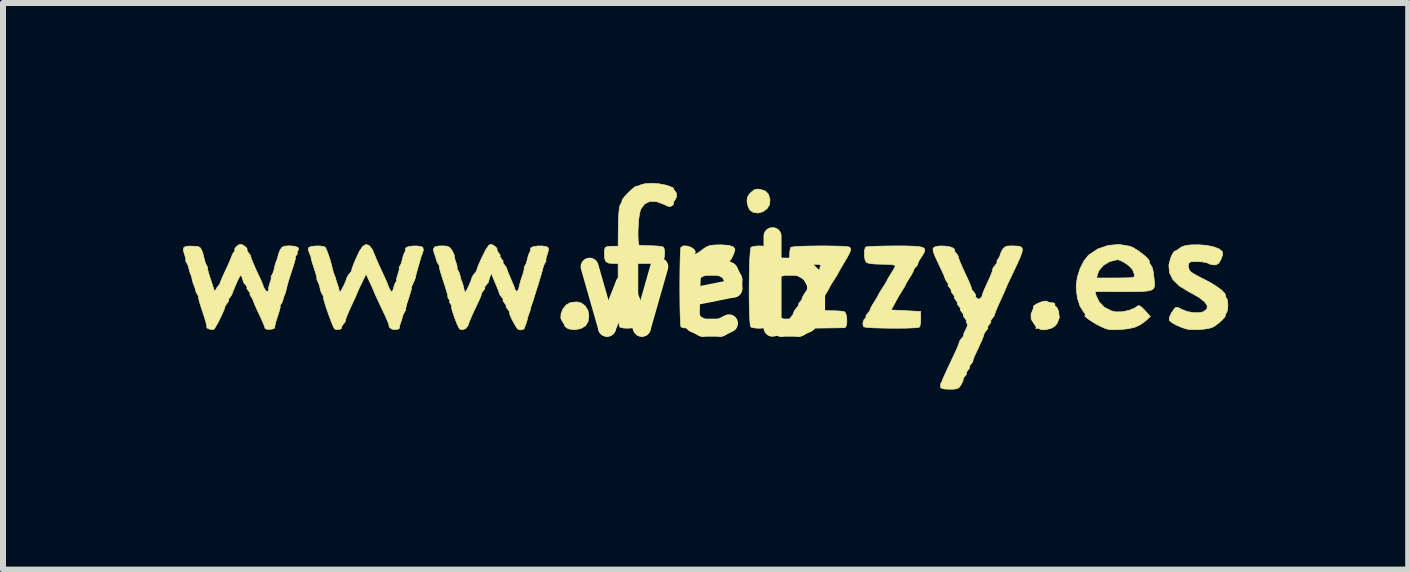
<source format=kicad_pcb>
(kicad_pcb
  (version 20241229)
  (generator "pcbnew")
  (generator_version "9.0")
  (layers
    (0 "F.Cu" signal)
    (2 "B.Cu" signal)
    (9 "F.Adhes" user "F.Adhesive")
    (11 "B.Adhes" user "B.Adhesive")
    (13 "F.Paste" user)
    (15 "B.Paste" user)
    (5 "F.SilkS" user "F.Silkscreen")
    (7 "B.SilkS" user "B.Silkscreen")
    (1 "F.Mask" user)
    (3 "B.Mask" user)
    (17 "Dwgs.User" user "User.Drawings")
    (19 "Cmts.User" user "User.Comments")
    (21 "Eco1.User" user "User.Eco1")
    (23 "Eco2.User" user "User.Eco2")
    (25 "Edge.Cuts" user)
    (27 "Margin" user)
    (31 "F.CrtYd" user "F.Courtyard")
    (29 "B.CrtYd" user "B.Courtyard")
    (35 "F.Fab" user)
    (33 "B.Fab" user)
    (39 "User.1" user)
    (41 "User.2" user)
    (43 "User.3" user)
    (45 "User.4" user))
  (footprint "web"
    (layer "F.Cu")
    (at 8.698 1.721)
    (property "Reference" "web" (at 0 0 0) (layer "F.SilkS") (effects (font (size 1.524 1.524) (thickness 0.3))))
    (attr through_hole)
    (fp_poly (pts (xy 0.923 -1.615) (xy 1.007 -1.587) (xy 1.057 -1.534) (xy 1.083 -1.444) (xy 1.083 -1.443) (xy 1.075 -1.36) (xy 1.031 -1.291) (xy 0.962 -1.242) (xy 0.882 -1.221) (xy 0.803 -1.233) (xy 0.747 -1.272) (xy 0.719 -1.326) (xy 0.701 -1.399) (xy 0.7 -1.405) (xy 0.703 -1.477) (xy 0.736 -1.535) (xy 0.763 -1.563) (xy 0.821 -1.609) (xy 0.876 -1.621) (xy 0.923 -1.615)) (stroke (width 0.01) (type solid)) (fill yes) (layer "F.SilkS"))
    (fp_poly (pts (xy -2.062 0.278) (xy -1.998 0.326) (xy -1.951 0.401) (xy -1.935 0.496) (xy -1.949 0.589) (xy -1.994 0.66) (xy -2.072 0.705) (xy -2.171 0.723) (xy -2.265 0.711) (xy -2.287 0.702) (xy -2.329 0.673) (xy -2.339 0.653) (xy -2.352 0.621) (xy -2.371 0.597) (xy -2.403 0.534) (xy -2.399 0.455) (xy -2.367 0.375) (xy -2.312 0.309) (xy -2.24 0.27) (xy -2.229 0.268) (xy -2.133 0.26) (xy -2.062 0.278)) (stroke (width 0.01) (type solid)) (fill yes) (layer "F.SilkS"))
    (fp_poly (pts (xy 0.962 -0.671) (xy 1.018 -0.66) (xy 1.036 -0.649) (xy 1.042 -0.615) (xy 1.047 -0.539) (xy 1.051 -0.43) (xy 1.053 -0.296) (xy 1.054 -0.145) (xy 1.054 0.014) (xy 1.053 0.173) (xy 1.05 0.324) (xy 1.047 0.458) (xy 1.042 0.568) (xy 1.037 0.645) (xy 1.03 0.68) (xy 1.029 0.681) (xy 0.982 0.694) (xy 0.91 0.699) (xy 0.834 0.695) (xy 0.777 0.684) (xy 0.762 0.676) (xy 0.753 0.642) (xy 0.746 0.567) (xy 0.741 0.458) (xy 0.737 0.324) (xy 0.735 0.173) (xy 0.735 0.014) (xy 0.737 -0.146) (xy 0.74 -0.297) (xy 0.744 -0.431) (xy 0.751 -0.541) (xy 0.758 -0.617) (xy 0.767 -0.651) (xy 0.768 -0.652) (xy 0.817 -0.667) (xy 0.888 -0.673) (xy 0.962 -0.671)) (stroke (width 0.01) (type solid)) (fill yes) (layer "F.SilkS"))
    (fp_poly (pts (xy 5.701 0.249) (xy 5.702 0.25) (xy 5.724 0.264) (xy 5.763 0.272) (xy 5.805 0.276) (xy 5.832 0.291) (xy 5.829 0.305) (xy 5.83 0.328) (xy 5.839 0.33) (xy 5.862 0.352) (xy 5.888 0.405) (xy 5.892 0.415) (xy 5.904 0.523) (xy 5.867 0.618) (xy 5.823 0.668) (xy 5.77 0.698) (xy 5.7 0.718) (xy 5.631 0.725) (xy 5.582 0.716) (xy 5.573 0.708) (xy 5.543 0.697) (xy 5.529 0.702) (xy 5.512 0.707) (xy 5.517 0.7) (xy 5.514 0.669) (xy 5.487 0.63) (xy 5.435 0.549) (xy 5.431 0.467) (xy 5.449 0.423) (xy 5.469 0.373) (xy 5.471 0.348) (xy 5.477 0.326) (xy 5.521 0.295) (xy 5.592 0.264) (xy 5.605 0.26) (xy 5.664 0.246) (xy 5.701 0.249)) (stroke (width 0.01) (type solid)) (fill yes) (layer "F.SilkS"))
    (fp_poly (pts (xy 0.393 -0.683) (xy 0.469 -0.659) (xy 0.498 -0.619) (xy 0.497 -0.602) (xy 0.476 -0.535) (xy 0.444 -0.469) (xy 0.413 -0.424) (xy 0.408 -0.42) (xy 0.39 -0.391) (xy 0.393 -0.381) (xy 0.388 -0.366) (xy 0.354 -0.369) (xy 0.318 -0.384) (xy 0.253 -0.397) (xy 0.165 -0.386) (xy 0.072 -0.357) (xy -0.009 -0.315) (xy -0.061 -0.267) (xy -0.066 -0.258) (xy -0.072 -0.22) (xy -0.078 -0.14) (xy -0.082 -0.028) (xy -0.086 0.108) (xy -0.087 0.22) (xy -0.089 0.365) (xy -0.093 0.491) (xy -0.098 0.591) (xy -0.103 0.655) (xy -0.109 0.676) (xy -0.147 0.69) (xy -0.214 0.697) (xy -0.291 0.697) (xy -0.359 0.691) (xy -0.398 0.678) (xy -0.401 0.675) (xy -0.407 0.641) (xy -0.411 0.565) (xy -0.415 0.456) (xy -0.418 0.321) (xy -0.419 0.17) (xy -0.42 0.01) (xy -0.419 -0.15) (xy -0.418 -0.301) (xy -0.415 -0.435) (xy -0.412 -0.544) (xy -0.407 -0.619) (xy -0.401 -0.651) (xy -0.36 -0.674) (xy -0.301 -0.672) (xy -0.238 -0.652) (xy -0.187 -0.62) (xy -0.162 -0.582) (xy -0.167 -0.555) (xy -0.172 -0.534) (xy -0.142 -0.543) (xy -0.084 -0.58) (xy -0.054 -0.603) (xy 0.006 -0.646) (xy 0.057 -0.672) (xy 0.114 -0.685) (xy 0.195 -0.69) (xy 0.273 -0.691) (xy 0.393 -0.683)) (stroke (width 0.01) (type solid)) (fill yes) (layer "F.SilkS"))
    (fp_poly (pts (xy 8.23 -0.692) (xy 8.361 -0.682) (xy 8.478 -0.657) (xy 8.568 -0.622) (xy 8.619 -0.58) (xy 8.625 -0.526) (xy 8.598 -0.449) (xy 8.56 -0.385) (xy 8.516 -0.359) (xy 8.486 -0.356) (xy 8.425 -0.364) (xy 8.392 -0.381) (xy 8.353 -0.396) (xy 8.279 -0.408) (xy 8.189 -0.413) (xy 8.099 -0.41) (xy 8.096 -0.41) (xy 8.062 -0.387) (xy 8.052 -0.337) (xy 8.066 -0.279) (xy 8.089 -0.246) (xy 8.128 -0.218) (xy 8.201 -0.176) (xy 8.292 -0.128) (xy 8.324 -0.113) (xy 8.436 -0.053) (xy 8.534 0.009) (xy 8.612 0.068) (xy 8.661 0.118) (xy 8.674 0.152) (xy 8.673 0.155) (xy 8.678 0.184) (xy 8.686 0.19) (xy 8.702 0.223) (xy 8.711 0.288) (xy 8.712 0.318) (xy 8.707 0.389) (xy 8.693 0.437) (xy 8.686 0.445) (xy 8.67 0.473) (xy 8.673 0.48) (xy 8.663 0.508) (xy 8.624 0.554) (xy 8.566 0.607) (xy 8.503 0.655) (xy 8.456 0.683) (xy 8.389 0.703) (xy 8.291 0.716) (xy 8.181 0.722) (xy 8.081 0.72) (xy 8.026 0.712) (xy 7.948 0.687) (xy 7.864 0.651) (xy 7.791 0.612) (xy 7.744 0.577) (xy 7.735 0.565) (xy 7.739 0.513) (xy 7.775 0.438) (xy 7.819 0.376) (xy 7.845 0.351) (xy 7.875 0.35) (xy 7.927 0.375) (xy 7.939 0.382) (xy 8.034 0.42) (xy 8.142 0.44) (xy 8.243 0.44) (xy 8.308 0.422) (xy 8.363 0.377) (xy 8.368 0.322) (xy 8.324 0.258) (xy 8.231 0.185) (xy 8.088 0.104) (xy 8.061 0.09) (xy 7.904 -0.006) (xy 7.797 -0.111) (xy 7.739 -0.227) (xy 7.729 -0.354) (xy 7.758 -0.47) (xy 7.788 -0.537) (xy 7.815 -0.578) (xy 7.825 -0.584) (xy 7.86 -0.599) (xy 7.898 -0.627) (xy 7.947 -0.66) (xy 8.009 -0.68) (xy 8.095 -0.69) (xy 8.218 -0.692) (xy 8.23 -0.692)) (stroke (width 0.01) (type solid)) (fill yes) (layer "F.SilkS"))
    (fp_poly (pts (xy 3.337 -0.673) (xy 3.475 -0.669) (xy 3.572 -0.661) (xy 3.632 -0.646) (xy 3.66 -0.622) (xy 3.661 -0.587) (xy 3.639 -0.54) (xy 3.607 -0.491) (xy 3.568 -0.429) (xy 3.547 -0.385) (xy 3.546 -0.374) (xy 3.539 -0.351) (xy 3.519 -0.331) (xy 3.486 -0.294) (xy 3.48 -0.276) (xy 3.467 -0.243) (xy 3.435 -0.184) (xy 3.411 -0.146) (xy 3.371 -0.082) (xy 3.345 -0.037) (xy 3.34 -0.025) (xy 3.327 0.002) (xy 3.294 0.056) (xy 3.274 0.089) (xy 3.231 0.158) (xy 3.199 0.214) (xy 3.191 0.229) (xy 3.165 0.279) (xy 3.137 0.33) (xy 3.1 0.394) (xy 3.593 0.419) (xy 3.595 0.541) (xy 3.591 0.616) (xy 3.579 0.669) (xy 3.57 0.681) (xy 3.534 0.688) (xy 3.458 0.693) (xy 3.353 0.697) (xy 3.228 0.698) (xy 3.095 0.698) (xy 2.962 0.696) (xy 2.841 0.693) (xy 2.74 0.688) (xy 2.671 0.681) (xy 2.643 0.673) (xy 2.629 0.621) (xy 2.644 0.562) (xy 2.672 0.53) (xy 2.689 0.512) (xy 2.682 0.508) (xy 2.68 0.492) (xy 2.707 0.455) (xy 2.708 0.455) (xy 2.742 0.411) (xy 2.753 0.385) (xy 2.764 0.355) (xy 2.795 0.3) (xy 2.816 0.267) (xy 2.855 0.204) (xy 2.879 0.162) (xy 2.883 0.152) (xy 2.897 0.126) (xy 2.93 0.071) (xy 2.959 0.025) (xy 3.001 -0.041) (xy 3.029 -0.088) (xy 3.035 -0.102) (xy 3.049 -0.129) (xy 3.081 -0.183) (xy 3.102 -0.216) (xy 3.142 -0.281) (xy 3.167 -0.33) (xy 3.171 -0.343) (xy 3.149 -0.355) (xy 3.084 -0.364) (xy 2.982 -0.368) (xy 2.95 -0.368) (xy 2.822 -0.372) (xy 2.732 -0.383) (xy 2.688 -0.4) (xy 2.666 -0.443) (xy 2.655 -0.514) (xy 2.656 -0.588) (xy 2.67 -0.644) (xy 2.677 -0.654) (xy 2.707 -0.66) (xy 2.78 -0.665) (xy 2.886 -0.669) (xy 3.018 -0.672) (xy 3.153 -0.673) (xy 3.337 -0.673)) (stroke (width 0.01) (type solid)) (fill yes) (layer "F.SilkS"))
    (fp_poly (pts (xy 7.078 -0.668) (xy 7.087 -0.666) (xy 7.147 -0.637) (xy 7.219 -0.592) (xy 7.291 -0.538) (xy 7.354 -0.485) (xy 7.395 -0.44) (xy 7.405 -0.412) (xy 7.404 -0.41) (xy 7.407 -0.384) (xy 7.422 -0.362) (xy 7.444 -0.33) (xy 7.459 -0.289) (xy 7.471 -0.225) (xy 7.483 -0.125) (xy 7.485 -0.107) (xy 7.491 -0.042) (xy 7.488 0.007) (xy 7.47 0.041) (xy 7.432 0.065) (xy 7.367 0.079) (xy 7.269 0.086) (xy 7.133 0.089) (xy 6.957 0.089) (xy 6.5 0.088) (xy 6.515 0.149) (xy 6.568 0.261) (xy 6.658 0.352) (xy 6.774 0.41) (xy 6.845 0.426) (xy 6.954 0.424) (xy 7.066 0.401) (xy 7.159 0.362) (xy 7.189 0.341) (xy 7.218 0.322) (xy 7.247 0.326) (xy 7.287 0.358) (xy 7.349 0.423) (xy 7.421 0.502) (xy 7.338 0.579) (xy 7.257 0.637) (xy 7.164 0.681) (xy 7.146 0.687) (xy 7.045 0.707) (xy 6.925 0.72) (xy 6.808 0.724) (xy 6.718 0.717) (xy 6.663 0.7) (xy 6.592 0.668) (xy 6.515 0.627) (xy 6.44 0.582) (xy 6.378 0.54) (xy 6.337 0.506) (xy 6.327 0.486) (xy 6.338 0.483) (xy 6.338 0.467) (xy 6.31 0.428) (xy 6.307 0.425) (xy 6.248 0.33) (xy 6.206 0.2) (xy 6.186 0.05) (xy 6.185 -0.017) (xy 6.202 -0.139) (xy 6.525 -0.139) (xy 6.844 -0.139) (xy 6.976 -0.14) (xy 7.065 -0.142) (xy 7.12 -0.147) (xy 7.147 -0.156) (xy 7.157 -0.172) (xy 7.156 -0.19) (xy 7.136 -0.251) (xy 7.111 -0.295) (xy 7.067 -0.34) (xy 7.001 -0.388) (xy 6.932 -0.426) (xy 6.879 -0.444) (xy 6.871 -0.444) (xy 6.744 -0.413) (xy 6.639 -0.35) (xy 6.565 -0.264) (xy 6.541 -0.203) (xy 6.525 -0.139) (xy 6.202 -0.139) (xy 6.204 -0.154) (xy 6.249 -0.295) (xy 6.313 -0.422) (xy 6.389 -0.518) (xy 6.397 -0.525) (xy 6.547 -0.624) (xy 6.719 -0.682) (xy 6.9 -0.698) (xy 7.078 -0.668)) (stroke (width 0.01) (type solid)) (fill yes) (layer "F.SilkS"))
    (fp_poly (pts (xy -0.773 -1.709) (xy -0.659 -1.688) (xy -0.597 -1.669) (xy -0.541 -1.645) (xy -0.518 -1.629) (xy -0.521 -1.627) (xy -0.527 -1.615) (xy -0.514 -1.604) (xy -0.479 -1.558) (xy -0.472 -1.497) (xy -0.495 -1.448) (xy -0.497 -1.447) (xy -0.521 -1.412) (xy -0.521 -1.397) (xy -0.527 -1.367) (xy -0.548 -1.345) (xy -0.581 -1.329) (xy -0.625 -1.337) (xy -0.689 -1.368) (xy -0.812 -1.413) (xy -0.919 -1.415) (xy -1.006 -1.373) (xy -1.068 -1.289) (xy -1.075 -1.273) (xy -1.091 -1.212) (xy -1.104 -1.123) (xy -1.112 -1.019) (xy -1.117 -0.911) (xy -1.116 -0.813) (xy -1.111 -0.735) (xy -1.101 -0.689) (xy -1.093 -0.683) (xy -1.056 -0.681) (xy -0.983 -0.678) (xy -0.895 -0.676) (xy -0.804 -0.672) (xy -0.732 -0.664) (xy -0.696 -0.655) (xy -0.678 -0.618) (xy -0.673 -0.553) (xy -0.68 -0.481) (xy -0.698 -0.424) (xy -0.714 -0.404) (xy -0.756 -0.393) (xy -0.832 -0.385) (xy -0.927 -0.381) (xy -0.933 -0.381) (xy -1.118 -0.381) (xy -1.118 0.138) (xy -1.118 0.327) (xy -1.121 0.47) (xy -1.126 0.572) (xy -1.134 0.637) (xy -1.144 0.671) (xy -1.149 0.677) (xy -1.2 0.692) (xy -1.274 0.698) (xy -1.35 0.696) (xy -1.408 0.684) (xy -1.422 0.676) (xy -1.431 0.642) (xy -1.438 0.562) (xy -1.444 0.443) (xy -1.447 0.289) (xy -1.448 0.135) (xy -1.448 -0.381) (xy -1.522 -0.381) (xy -1.608 -0.387) (xy -1.654 -0.414) (xy -1.674 -0.471) (xy -1.676 -0.536) (xy -1.675 -0.607) (xy -1.662 -0.646) (xy -1.627 -0.663) (xy -1.558 -0.668) (xy -1.518 -0.668) (xy -1.448 -0.669) (xy -1.446 -0.925) (xy -1.443 -1.087) (xy -1.438 -1.206) (xy -1.43 -1.289) (xy -1.419 -1.343) (xy -1.402 -1.377) (xy -1.399 -1.382) (xy -1.382 -1.416) (xy -1.385 -1.427) (xy -1.375 -1.45) (xy -1.337 -1.498) (xy -1.279 -1.559) (xy -1.218 -1.617) (xy -1.171 -1.656) (xy -1.15 -1.667) (xy -1.123 -1.669) (xy -1.074 -1.69) (xy -0.999 -1.71) (xy -0.893 -1.716) (xy -0.773 -1.709)) (stroke (width 0.01) (type solid)) (fill yes) (layer "F.SilkS"))
    (fp_poly (pts (xy 2.153 -0.671) (xy 2.265 -0.668) (xy 2.351 -0.663) (xy 2.399 -0.656) (xy 2.404 -0.653) (xy 2.423 -0.636) (xy 2.427 -0.609) (xy 2.413 -0.566) (xy 2.379 -0.499) (xy 2.322 -0.401) (xy 2.275 -0.322) (xy 2.242 -0.266) (xy 2.224 -0.232) (xy 2.223 -0.229) (xy 2.209 -0.202) (xy 2.175 -0.147) (xy 2.146 -0.102) (xy 2.104 -0.036) (xy 2.077 0.011) (xy 2.07 0.025) (xy 2.057 0.052) (xy 2.024 0.107) (xy 1.999 0.146) (xy 1.96 0.212) (xy 1.935 0.261) (xy 1.93 0.276) (xy 1.913 0.309) (xy 1.892 0.33) (xy 1.861 0.364) (xy 1.865 0.386) (xy 1.909 0.4) (xy 1.996 0.406) (xy 2.068 0.406) (xy 2.172 0.408) (xy 2.258 0.413) (xy 2.314 0.42) (xy 2.322 0.422) (xy 2.346 0.453) (xy 2.36 0.512) (xy 2.364 0.583) (xy 2.358 0.646) (xy 2.34 0.685) (xy 2.33 0.689) (xy 2.296 0.69) (xy 2.219 0.692) (xy 2.11 0.693) (xy 1.977 0.695) (xy 1.869 0.696) (xy 1.695 0.696) (xy 1.566 0.693) (xy 1.478 0.687) (xy 1.426 0.677) (xy 1.408 0.668) (xy 1.388 0.616) (xy 1.402 0.553) (xy 1.438 0.506) (xy 1.468 0.465) (xy 1.473 0.446) (xy 1.489 0.407) (xy 1.525 0.36) (xy 1.556 0.322) (xy 1.56 0.305) (xy 1.559 0.305) (xy 1.561 0.289) (xy 1.587 0.254) (xy 1.615 0.217) (xy 1.617 0.203) (xy 1.621 0.185) (xy 1.649 0.136) (xy 1.689 0.076) (xy 1.734 0.01) (xy 1.761 -0.036) (xy 1.765 -0.051) (xy 1.772 -0.07) (xy 1.801 -0.118) (xy 1.841 -0.178) (xy 1.886 -0.244) (xy 1.912 -0.29) (xy 1.915 -0.305) (xy 1.914 -0.32) (xy 1.926 -0.337) (xy 1.929 -0.353) (xy 1.904 -0.363) (xy 1.842 -0.367) (xy 1.737 -0.368) (xy 1.732 -0.368) (xy 1.598 -0.368) (xy 1.506 -0.377) (xy 1.449 -0.396) (xy 1.42 -0.43) (xy 1.409 -0.482) (xy 1.409 -0.516) (xy 1.414 -0.589) (xy 1.424 -0.64) (xy 1.427 -0.648) (xy 1.456 -0.656) (xy 1.527 -0.663) (xy 1.628 -0.668) (xy 1.751 -0.671) (xy 1.887 -0.673) (xy 2.024 -0.673) (xy 2.153 -0.671)) (stroke (width 0.01) (type solid)) (fill yes) (layer "F.SilkS"))
    (fp_poly (pts (xy 5.129 -0.673) (xy 5.197 -0.671) (xy 5.246 -0.664) (xy 5.277 -0.648) (xy 5.289 -0.617) (xy 5.281 -0.566) (xy 5.253 -0.488) (xy 5.204 -0.378) (xy 5.135 -0.232) (xy 5.085 -0.127) (xy 5.049 -0.051) (xy 5.024 0.004) (xy 5.016 0.025) (xy 5.005 0.053) (xy 4.978 0.114) (xy 4.943 0.191) (xy 4.886 0.315) (xy 4.846 0.41) (xy 4.825 0.469) (xy 4.822 0.483) (xy 4.807 0.509) (xy 4.782 0.54) (xy 4.759 0.573) (xy 4.763 0.584) (xy 4.763 0.6) (xy 4.737 0.635) (xy 4.71 0.672) (xy 4.712 0.686) (xy 4.713 0.701) (xy 4.692 0.73) (xy 4.661 0.77) (xy 4.652 0.787) (xy 4.64 0.829) (xy 4.608 0.909) (xy 4.558 1.02) (xy 4.526 1.086) (xy 4.49 1.164) (xy 4.468 1.221) (xy 4.463 1.244) (xy 4.464 1.245) (xy 4.46 1.26) (xy 4.432 1.295) (xy 4.406 1.332) (xy 4.407 1.346) (xy 4.408 1.362) (xy 4.381 1.397) (xy 4.355 1.434) (xy 4.356 1.448) (xy 4.357 1.463) (xy 4.331 1.499) (xy 4.302 1.535) (xy 4.301 1.549) (xy 4.3 1.569) (xy 4.279 1.616) (xy 4.271 1.631) (xy 4.241 1.678) (xy 4.207 1.703) (xy 4.152 1.713) (xy 4.082 1.715) (xy 3.987 1.711) (xy 3.936 1.695) (xy 3.925 1.682) (xy 3.924 1.631) (xy 3.93 1.617) (xy 3.949 1.582) (xy 3.951 1.575) (xy 3.959 1.552) (xy 3.984 1.496) (xy 4.025 1.405) (xy 4.087 1.274) (xy 4.157 1.124) (xy 4.197 1.038) (xy 4.225 0.97) (xy 4.237 0.933) (xy 4.236 0.93) (xy 4.246 0.906) (xy 4.277 0.866) (xy 4.307 0.828) (xy 4.31 0.813) (xy 4.31 0.793) (xy 4.332 0.745) (xy 4.342 0.727) (xy 4.371 0.661) (xy 4.369 0.621) (xy 4.362 0.613) (xy 4.348 0.588) (xy 4.355 0.584) (xy 4.356 0.569) (xy 4.331 0.533) (xy 4.304 0.497) (xy 4.305 0.483) (xy 4.306 0.467) (xy 4.28 0.432) (xy 4.253 0.395) (xy 4.255 0.381) (xy 4.255 0.365) (xy 4.229 0.33) (xy 4.202 0.294) (xy 4.204 0.279) (xy 4.204 0.264) (xy 4.178 0.229) (xy 4.152 0.192) (xy 4.153 0.178) (xy 4.154 0.162) (xy 4.128 0.127) (xy 4.101 0.09) (xy 4.102 0.076) (xy 4.103 0.061) (xy 4.077 0.025) (xy 4.05 -0.011) (xy 4.05 -0.025) (xy 4.053 -0.041) (xy 4.036 -0.066) (xy 4.006 -0.113) (xy 3.998 -0.136) (xy 3.986 -0.17) (xy 3.956 -0.238) (xy 3.913 -0.329) (xy 3.886 -0.387) (xy 3.834 -0.498) (xy 3.805 -0.573) (xy 3.798 -0.62) (xy 3.806 -0.643) (xy 3.85 -0.664) (xy 3.924 -0.673) (xy 4.009 -0.67) (xy 4.088 -0.656) (xy 4.128 -0.64) (xy 4.158 -0.618) (xy 4.155 -0.61) (xy 4.153 -0.594) (xy 4.181 -0.556) (xy 4.181 -0.556) (xy 4.214 -0.514) (xy 4.222 -0.493) (xy 4.225 -0.472) (xy 4.243 -0.421) (xy 4.279 -0.337) (xy 4.335 -0.214) (xy 4.367 -0.146) (xy 4.404 -0.063) (xy 4.43 0.001) (xy 4.44 0.034) (xy 4.44 0.035) (xy 4.449 0.059) (xy 4.481 0.099) (xy 4.509 0.137) (xy 4.509 0.152) (xy 4.506 0.168) (xy 4.521 0.191) (xy 4.557 0.215) (xy 4.587 0.201) (xy 4.614 0.169) (xy 4.617 0.156) (xy 4.625 0.126) (xy 4.649 0.065) (xy 4.684 -0.013) (xy 4.738 -0.131) (xy 4.772 -0.21) (xy 4.789 -0.259) (xy 4.791 -0.283) (xy 4.804 -0.312) (xy 4.836 -0.353) (xy 4.865 -0.391) (xy 4.865 -0.406) (xy 4.862 -0.422) (xy 4.879 -0.447) (xy 4.91 -0.498) (xy 4.918 -0.525) (xy 4.936 -0.573) (xy 4.961 -0.619) (xy 4.993 -0.654) (xy 5.038 -0.671) (xy 5.114 -0.674) (xy 5.129 -0.673)) (stroke (width 0.01) (type solid)) (fill yes) (layer "F.SilkS"))
    (fp_poly (pts (xy -5.595 -0.68) (xy -5.543 -0.612) (xy -5.499 -0.508) (xy -5.479 -0.457) (xy -5.441 -0.372) (xy -5.391 -0.262) (xy -5.37 -0.216) (xy -5.333 -0.137) (xy -5.306 -0.077) (xy -5.295 -0.051) (xy -5.284 -0.021) (xy -5.262 0.034) (xy -5.261 0.035) (xy -5.232 0.085) (xy -5.209 0.084) (xy -5.191 0.033) (xy -5.189 0.02) (xy -5.169 -0.04) (xy -5.153 -0.068) (xy -5.136 -0.096) (xy -5.139 -0.102) (xy -5.141 -0.123) (xy -5.127 -0.176) (xy -5.118 -0.203) (xy -5.099 -0.265) (xy -5.094 -0.301) (xy -5.097 -0.305) (xy -5.097 -0.32) (xy -5.084 -0.338) (xy -5.061 -0.384) (xy -5.043 -0.453) (xy -5.042 -0.457) (xy -5.024 -0.526) (xy -5.001 -0.575) (xy -4.999 -0.577) (xy -4.985 -0.605) (xy -4.991 -0.61) (xy -4.994 -0.625) (xy -4.983 -0.643) (xy -4.941 -0.662) (xy -4.87 -0.672) (xy -4.792 -0.672) (xy -4.727 -0.661) (xy -4.702 -0.647) (xy -4.693 -0.604) (xy -4.705 -0.559) (xy -4.728 -0.502) (xy -4.738 -0.47) (xy -4.748 -0.433) (xy -4.768 -0.365) (xy -4.785 -0.305) (xy -4.807 -0.226) (xy -4.822 -0.167) (xy -4.825 -0.146) (xy -4.836 -0.112) (xy -4.862 -0.056) (xy -4.864 -0.051) (xy -4.887 0.000195) (xy -4.893 0.025) (xy -4.892 0.025) (xy -4.893 0.047) (xy -4.909 0.105) (xy -4.935 0.188) (xy -4.94 0.203) (xy -4.968 0.289) (xy -4.984 0.351) (xy -4.987 0.38) (xy -4.986 0.381) (xy -4.987 0.397) (xy -5 0.415) (xy -5.029 0.469) (xy -5.038 0.497) (xy -5.055 0.559) (xy -5.073 0.61) (xy -5.09 0.662) (xy -5.09 0.689) (xy -5.1 0.708) (xy -5.14 0.719) (xy -5.192 0.718) (xy -5.216 0.713) (xy -5.255 0.688) (xy -5.263 0.672) (xy -5.269 0.638) (xy -5.289 0.583) (xy -5.325 0.5) (xy -5.381 0.382) (xy -5.401 0.34) (xy -5.444 0.248) (xy -5.478 0.176) (xy -5.497 0.133) (xy -5.5 0.127) (xy -5.511 0.099) (xy -5.537 0.038) (xy -5.574 -0.043) (xy -5.575 -0.045) (xy -5.648 -0.204) (xy -5.725 -0.045) (xy -5.764 0.036) (xy -5.792 0.098) (xy -5.804 0.127) (xy -5.804 0.127) (xy -5.815 0.155) (xy -5.842 0.215) (xy -5.878 0.292) (xy -5.939 0.426) (xy -5.977 0.518) (xy -5.992 0.567) (xy -5.99 0.575) (xy -5.998 0.594) (xy -6.026 0.628) (xy -6.055 0.669) (xy -6.057 0.691) (xy -6.062 0.707) (xy -6.097 0.718) (xy -6.141 0.72) (xy -6.169 0.713) (xy -6.187 0.685) (xy -6.214 0.623) (xy -6.247 0.539) (xy -6.282 0.443) (xy -6.315 0.348) (xy -6.341 0.264) (xy -6.357 0.204) (xy -6.359 0.178) (xy -6.358 0.178) (xy -6.359 0.162) (xy -6.372 0.144) (xy -6.399 0.093) (xy -6.411 0.049) (xy -6.422 -0.000455) (xy -6.427 -0.019) (xy -6.436 -0.044) (xy -6.452 -0.081) (xy -6.46 -0.095) (xy -6.471 -0.123) (xy -6.467 -0.127) (xy -6.469 -0.149) (xy -6.484 -0.207) (xy -6.51 -0.289) (xy -6.515 -0.305) (xy -6.543 -0.39) (xy -6.561 -0.453) (xy -6.566 -0.482) (xy -6.566 -0.483) (xy -6.569 -0.502) (xy -6.591 -0.549) (xy -6.592 -0.552) (xy -6.613 -0.617) (xy -6.603 -0.647) (xy -6.561 -0.664) (xy -6.491 -0.672) (xy -6.415 -0.672) (xy -6.353 -0.663) (xy -6.327 -0.649) (xy -6.306 -0.607) (xy -6.278 -0.533) (xy -6.248 -0.444) (xy -6.223 -0.355) (xy -6.208 -0.29) (xy -6.192 -0.228) (xy -6.178 -0.192) (xy -6.158 -0.142) (xy -6.156 -0.131) (xy -6.141 -0.079) (xy -6.132 -0.055) (xy -6.111 0.008) (xy -6.104 0.037) (xy -6.092 0.082) (xy -6.084 0.096) (xy -6.07 0.081) (xy -6.044 0.035) (xy -6.013 -0.027) (xy -5.986 -0.088) (xy -5.971 -0.134) (xy -5.969 -0.14) (xy -5.951 -0.177) (xy -5.923 -0.212) (xy -5.893 -0.251) (xy -5.886 -0.269) (xy -5.881 -0.299) (xy -5.858 -0.363) (xy -5.822 -0.449) (xy -5.777 -0.546) (xy -5.759 -0.584) (xy -5.704 -0.666) (xy -5.649 -0.698) (xy -5.595 -0.68)) (stroke (width 0.01) (type solid)) (fill yes) (layer "F.SilkS"))
    (fp_poly (pts (xy -7.692 -0.684) (xy -7.651 -0.653) (xy -7.63 -0.624) (xy -7.632 -0.614) (xy -7.628 -0.588) (xy -7.609 -0.561) (xy -7.58 -0.523) (xy -7.573 -0.508) (xy -7.562 -0.467) (xy -7.53 -0.388) (xy -7.481 -0.276) (xy -7.453 -0.216) (xy -7.416 -0.137) (xy -7.389 -0.077) (xy -7.378 -0.051) (xy -7.353 0.018) (xy -7.322 0.07) (xy -7.294 0.089) (xy -7.288 0.088) (xy -7.271 0.065) (xy -7.273 0.059) (xy -7.274 0.029) (xy -7.259 -0.029) (xy -7.251 -0.053) (xy -7.232 -0.114) (xy -7.228 -0.149) (xy -7.231 -0.152) (xy -7.23 -0.168) (xy -7.218 -0.185) (xy -7.195 -0.232) (xy -7.176 -0.3) (xy -7.176 -0.304) (xy -7.161 -0.37) (xy -7.144 -0.415) (xy -7.143 -0.417) (xy -7.125 -0.465) (xy -7.119 -0.493) (xy -7.102 -0.552) (xy -7.079 -0.607) (xy -7.051 -0.649) (xy -7.008 -0.669) (xy -6.934 -0.675) (xy -6.837 -0.668) (xy -6.782 -0.647) (xy -6.772 -0.614) (xy -6.785 -0.594) (xy -6.8 -0.565) (xy -6.795 -0.559) (xy -6.792 -0.543) (xy -6.807 -0.521) (xy -6.827 -0.49) (xy -6.825 -0.483) (xy -6.826 -0.46) (xy -6.841 -0.401) (xy -6.868 -0.314) (xy -6.886 -0.26) (xy -6.921 -0.152) (xy -6.951 -0.054) (xy -6.97 0.018) (xy -6.974 0.036) (xy -6.989 0.099) (xy -7.004 0.138) (xy -7.023 0.185) (xy -7.029 0.214) (xy -7.05 0.273) (xy -7.065 0.296) (xy -7.082 0.325) (xy -7.079 0.33) (xy -7.079 0.352) (xy -7.094 0.41) (xy -7.12 0.493) (xy -7.125 0.508) (xy -7.152 0.594) (xy -7.167 0.657) (xy -7.169 0.687) (xy -7.168 0.688) (xy -7.173 0.696) (xy -7.2 0.709) (xy -7.254 0.719) (xy -7.305 0.715) (xy -7.333 0.698) (xy -7.334 0.689) (xy -7.343 0.661) (xy -7.369 0.598) (xy -7.408 0.512) (xy -7.427 0.47) (xy -7.472 0.376) (xy -7.506 0.298) (xy -7.526 0.248) (xy -7.529 0.238) (xy -7.548 0.195) (xy -7.567 0.168) (xy -7.586 0.136) (xy -7.581 0.127) (xy -7.581 0.111) (xy -7.607 0.076) (xy -7.634 0.04) (xy -7.633 0.025) (xy -7.631 0.01) (xy -7.652 -0.019) (xy -7.684 -0.058) (xy -7.693 -0.076) (xy -7.701 -0.107) (xy -7.715 -0.149) (xy -7.729 -0.177) (xy -7.744 -0.177) (xy -7.766 -0.143) (xy -7.8 -0.069) (xy -7.807 -0.054) (xy -7.842 0.027) (xy -7.868 0.09) (xy -7.877 0.12) (xy -7.893 0.152) (xy -7.918 0.184) (xy -7.941 0.218) (xy -7.938 0.229) (xy -7.936 0.244) (xy -7.957 0.273) (xy -7.99 0.318) (xy -8 0.343) (xy -8.013 0.387) (xy -8.043 0.457) (xy -8.082 0.539) (xy -8.123 0.619) (xy -8.16 0.683) (xy -8.185 0.717) (xy -8.188 0.719) (xy -8.234 0.719) (xy -8.268 0.709) (xy -8.301 0.693) (xy -8.301 0.688) (xy -8.302 0.665) (xy -8.316 0.603) (xy -8.342 0.514) (xy -8.369 0.432) (xy -8.403 0.328) (xy -8.428 0.245) (xy -8.441 0.192) (xy -8.441 0.178) (xy -8.442 0.162) (xy -8.455 0.144) (xy -8.483 0.09) (xy -8.49 0.062) (xy -8.505 0.006) (xy -8.515 -0.014) (xy -8.532 -0.059) (xy -8.544 -0.109) (xy -8.559 -0.17) (xy -8.573 -0.203) (xy -8.589 -0.247) (xy -8.601 -0.298) (xy -8.62 -0.362) (xy -8.641 -0.399) (xy -8.657 -0.427) (xy -8.653 -0.432) (xy -8.651 -0.453) (xy -8.665 -0.506) (xy -8.674 -0.532) (xy -8.693 -0.598) (xy -8.689 -0.641) (xy -8.657 -0.664) (xy -8.589 -0.671) (xy -8.479 -0.666) (xy -8.445 -0.664) (xy -8.405 -0.636) (xy -8.37 -0.562) (xy -8.343 -0.451) (xy -8.324 -0.384) (xy -8.301 -0.338) (xy -8.285 -0.31) (xy -8.288 -0.305) (xy -8.288 -0.283) (xy -8.273 -0.225) (xy -8.248 -0.143) (xy -8.244 -0.133) (xy -8.215 -0.046) (xy -8.193 0.022) (xy -8.183 0.056) (xy -8.182 0.057) (xy -8.166 0.076) (xy -8.166 0.076) (xy -8.152 0.057) (xy -8.152 0.057) (xy -8.135 0.024) (xy -8.115 0) (xy -8.086 -0.04) (xy -8.08 -0.058) (xy -8.069 -0.088) (xy -8.042 -0.152) (xy -8.002 -0.239) (xy -7.986 -0.273) (xy -7.943 -0.366) (xy -7.91 -0.443) (xy -7.891 -0.491) (xy -7.889 -0.499) (xy -7.87 -0.542) (xy -7.851 -0.569) (xy -7.832 -0.601) (xy -7.837 -0.61) (xy -7.837 -0.625) (xy -7.813 -0.658) (xy -7.767 -0.693) (xy -7.735 -0.701) (xy -7.692 -0.684)) (stroke (width 0.01) (type solid)) (fill yes) (layer "F.SilkS"))
    (fp_poly (pts (xy -3.573 -0.702) (xy -3.528 -0.685) (xy -3.486 -0.654) (xy -3.464 -0.625) (xy -3.467 -0.614) (xy -3.462 -0.588) (xy -3.438 -0.555) (xy -3.413 -0.52) (xy -3.416 -0.508) (xy -3.417 -0.492) (xy -3.391 -0.457) (xy -3.364 -0.421) (xy -3.365 -0.406) (xy -3.367 -0.391) (xy -3.346 -0.362) (xy -3.314 -0.32) (xy -3.304 -0.298) (xy -3.299 -0.278) (xy -3.284 -0.238) (xy -3.255 -0.169) (xy -3.21 -0.063) (xy -3.194 -0.025) (xy -3.173 0.028) (xy -3.164 0.057) (xy -3.148 0.082) (xy -3.121 0.072) (xy -3.104 0.038) (xy -3.092 -0.021) (xy -3.085 -0.045) (xy -3.074 -0.083) (xy -3.073 -0.089) (xy -3.064 -0.118) (xy -3.044 -0.177) (xy -3.035 -0.203) (xy -3.017 -0.265) (xy -3.012 -0.301) (xy -3.014 -0.305) (xy -3.014 -0.32) (xy -3.002 -0.338) (xy -2.979 -0.384) (xy -2.96 -0.453) (xy -2.959 -0.457) (xy -2.941 -0.526) (xy -2.918 -0.575) (xy -2.917 -0.577) (xy -2.902 -0.605) (xy -2.908 -0.61) (xy -2.912 -0.625) (xy -2.9 -0.643) (xy -2.859 -0.662) (xy -2.788 -0.672) (xy -2.71 -0.672) (xy -2.644 -0.661) (xy -2.624 -0.653) (xy -2.608 -0.628) (xy -2.615 -0.577) (xy -2.629 -0.533) (xy -2.648 -0.471) (xy -2.653 -0.435) (xy -2.65 -0.432) (xy -2.65 -0.416) (xy -2.662 -0.399) (xy -2.688 -0.349) (xy -2.701 -0.304) (xy -2.714 -0.252) (xy -2.739 -0.166) (xy -2.77 -0.064) (xy -2.782 -0.025) (xy -2.814 0.074) (xy -2.839 0.155) (xy -2.854 0.206) (xy -2.857 0.216) (xy -2.871 0.26) (xy -2.881 0.284) (xy -2.902 0.348) (xy -2.908 0.373) (xy -2.918 0.415) (xy -2.922 0.425) (xy -2.932 0.452) (xy -2.934 0.457) (xy -2.944 0.487) (xy -2.945 0.489) (xy -2.954 0.516) (xy -2.959 0.542) (xy -2.977 0.607) (xy -2.987 0.631) (xy -3.004 0.679) (xy -3.008 0.696) (xy -3.031 0.719) (xy -3.077 0.726) (xy -3.117 0.715) (xy -3.141 0.686) (xy -3.174 0.632) (xy -3.21 0.565) (xy -3.241 0.5) (xy -3.26 0.451) (xy -3.26 0.432) (xy -3.262 0.416) (xy -3.289 0.381) (xy -3.316 0.344) (xy -3.315 0.33) (xy -3.314 0.315) (xy -3.34 0.279) (xy -3.367 0.243) (xy -3.365 0.229) (xy -3.364 0.213) (xy -3.385 0.184) (xy -3.417 0.142) (xy -3.427 0.121) (xy -3.437 0.087) (xy -3.461 0.026) (xy -3.469 0.006) (xy -3.503 -0.073) (xy -3.532 -0.144) (xy -3.535 -0.152) (xy -3.561 -0.216) (xy -3.586 -0.152) (xy -3.601 -0.105) (xy -3.602 -0.085) (xy -3.611 -0.066) (xy -3.642 -0.028) (xy -3.671 0.01) (xy -3.67 0.025) (xy -3.67 0.041) (xy -3.696 0.076) (xy -3.724 0.113) (xy -3.727 0.127) (xy -3.73 0.148) (xy -3.751 0.202) (xy -3.787 0.279) (xy -3.79 0.286) (xy -3.833 0.377) (xy -3.871 0.458) (xy -3.893 0.508) (xy -3.915 0.559) (xy -3.926 0.584) (xy -3.937 0.616) (xy -3.949 0.652) (xy -3.986 0.703) (xy -4.043 0.724) (xy -4.086 0.713) (xy -4.105 0.685) (xy -4.133 0.626) (xy -4.163 0.549) (xy -4.192 0.468) (xy -4.215 0.395) (xy -4.227 0.345) (xy -4.224 0.33) (xy -4.226 0.314) (xy -4.242 0.292) (xy -4.26 0.261) (xy -4.255 0.254) (xy -4.252 0.238) (xy -4.267 0.216) (xy -4.287 0.185) (xy -4.285 0.178) (xy -4.286 0.155) (xy -4.302 0.095) (xy -4.329 0.006) (xy -4.356 -0.076) (xy -4.39 -0.18) (xy -4.415 -0.263) (xy -4.427 -0.316) (xy -4.428 -0.33) (xy -4.429 -0.346) (xy -4.441 -0.364) (xy -4.47 -0.418) (xy -4.479 -0.446) (xy -4.496 -0.508) (xy -4.515 -0.559) (xy -4.528 -0.619) (xy -4.504 -0.656) (xy -4.439 -0.672) (xy -4.378 -0.674) (xy -4.302 -0.669) (xy -4.256 -0.65) (xy -4.222 -0.607) (xy -4.212 -0.59) (xy -4.186 -0.537) (xy -4.176 -0.509) (xy -4.178 -0.508) (xy -4.177 -0.487) (xy -4.162 -0.433) (xy -4.153 -0.406) (xy -4.134 -0.345) (xy -4.129 -0.309) (xy -4.132 -0.305) (xy -4.131 -0.289) (xy -4.119 -0.272) (xy -4.094 -0.223) (xy -4.08 -0.171) (xy -4.065 -0.11) (xy -4.051 -0.076) (xy -4.035 -0.033) (xy -4.023 0.019) (xy -4.01 0.073) (xy -3.999 0.099) (xy -3.985 0.084) (xy -3.959 0.038) (xy -3.929 -0.024) (xy -3.903 -0.087) (xy -3.887 -0.133) (xy -3.886 -0.14) (xy -3.868 -0.177) (xy -3.84 -0.212) (xy -3.809 -0.254) (xy -3.802 -0.276) (xy -3.794 -0.304) (xy -3.769 -0.368) (xy -3.73 -0.454) (xy -3.709 -0.5) (xy -3.652 -0.612) (xy -3.606 -0.68) (xy -3.574 -0.702) (xy -3.573 -0.702)) (stroke (width 0.01) (type solid)) (fill yes) (layer "F.SilkS")))
  (gr_rect
    (start -3 -3)
    (end 20.415 6.441)
    (stroke (width 0.1) (type default))
    (fill no)
    (layer "Edge.Cuts")))
</source>
